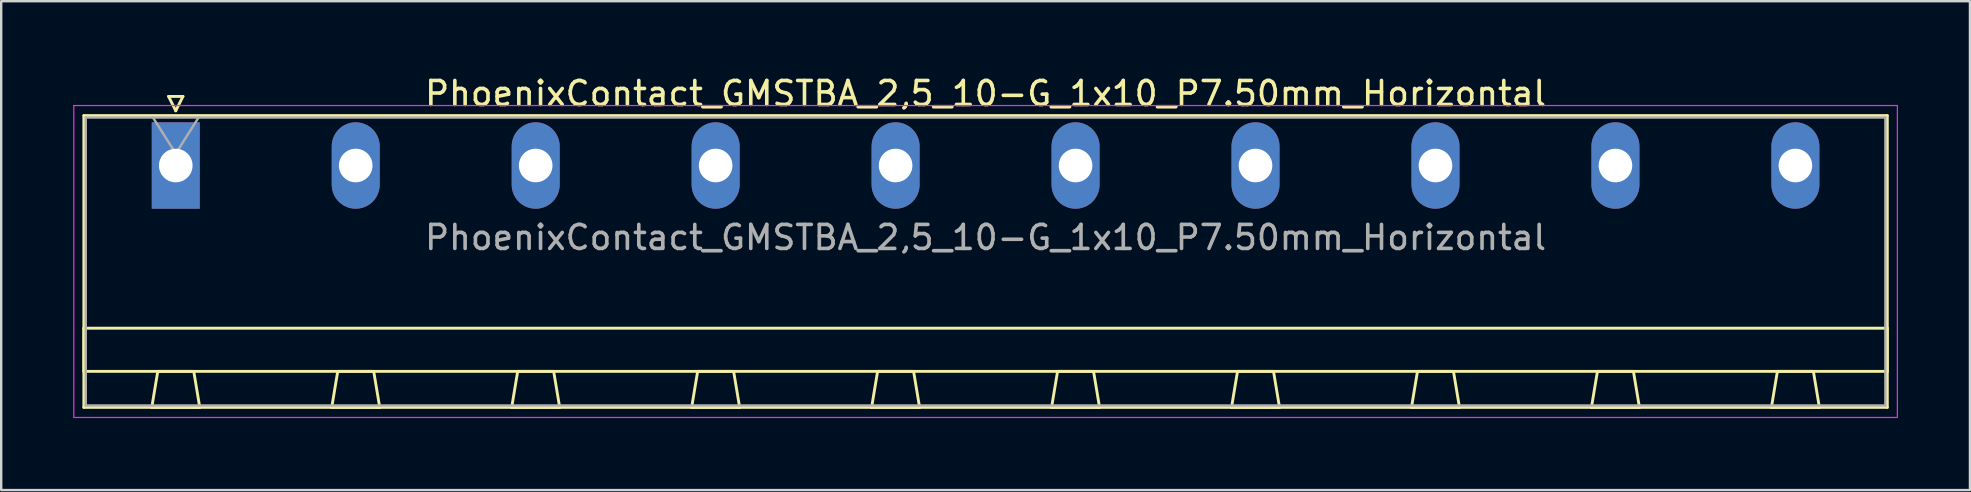
<source format=kicad_pcb>
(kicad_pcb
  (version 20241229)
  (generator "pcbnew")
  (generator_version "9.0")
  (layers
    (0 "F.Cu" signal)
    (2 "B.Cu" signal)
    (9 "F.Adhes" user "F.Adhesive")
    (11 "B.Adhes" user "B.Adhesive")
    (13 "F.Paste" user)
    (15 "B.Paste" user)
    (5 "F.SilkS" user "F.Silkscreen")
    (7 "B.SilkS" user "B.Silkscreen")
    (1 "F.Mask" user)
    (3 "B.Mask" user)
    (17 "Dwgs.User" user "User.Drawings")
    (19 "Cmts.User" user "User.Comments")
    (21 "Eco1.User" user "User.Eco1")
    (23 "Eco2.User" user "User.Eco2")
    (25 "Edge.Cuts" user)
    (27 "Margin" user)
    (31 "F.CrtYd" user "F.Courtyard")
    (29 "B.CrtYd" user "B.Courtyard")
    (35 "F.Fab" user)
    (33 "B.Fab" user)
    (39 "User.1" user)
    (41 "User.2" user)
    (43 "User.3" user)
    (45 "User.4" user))
  (footprint "PhoenixContact_GMSTBA_2,5_10-G_1x10_P7.50mm_Horizontal"
    (layer "F.Cu")
    (at 4.275 3.848)
    (property "Reference" "PhoenixContact_GMSTBA_2,5_10-G_1x10_P7.50mm_Horizontal" (at 33.75 -3 0) (layer "F.SilkS") (effects (font (size 1 1) (thickness 0.15))))
    (attr through_hole)
    (fp_line (start -3.83 -2.08) (end -3.83 10.08) (stroke (width 0.12) (type solid)) (layer "F.SilkS"))
    (fp_line (start -3.83 6.78) (end 71.33 6.78) (stroke (width 0.12) (type solid)) (layer "F.SilkS"))
    (fp_line (start -3.83 8.58) (end -3.83 6.78) (stroke (width 0.12) (type solid)) (layer "F.SilkS"))
    (fp_line (start -3.83 10.08) (end 71.33 10.08) (stroke (width 0.12) (type solid)) (layer "F.SilkS"))
    (fp_line (start -1 10.08) (end 1 10.08) (stroke (width 0.12) (type solid)) (layer "F.SilkS"))
    (fp_line (start -0.75 8.58) (end -1 10.08) (stroke (width 0.12) (type solid)) (layer "F.SilkS"))
    (fp_line (start -0.3 -2.88) (end 0.3 -2.88) (stroke (width 0.12) (type solid)) (layer "F.SilkS"))
    (fp_line (start 0 -2.28) (end -0.3 -2.88) (stroke (width 0.12) (type solid)) (layer "F.SilkS"))
    (fp_line (start 0.3 -2.88) (end 0 -2.28) (stroke (width 0.12) (type solid)) (layer "F.SilkS"))
    (fp_line (start 0.75 8.58) (end -0.75 8.58) (stroke (width 0.12) (type solid)) (layer "F.SilkS"))
    (fp_line (start 1 10.08) (end 0.75 8.58) (stroke (width 0.12) (type solid)) (layer "F.SilkS"))
    (fp_line (start 6.5 10.08) (end 8.5 10.08) (stroke (width 0.12) (type solid)) (layer "F.SilkS"))
    (fp_line (start 6.75 8.58) (end 6.5 10.08) (stroke (width 0.12) (type solid)) (layer "F.SilkS"))
    (fp_line (start 8.25 8.58) (end 6.75 8.58) (stroke (width 0.12) (type solid)) (layer "F.SilkS"))
    (fp_line (start 8.5 10.08) (end 8.25 8.58) (stroke (width 0.12) (type solid)) (layer "F.SilkS"))
    (fp_line (start 14 10.08) (end 16 10.08) (stroke (width 0.12) (type solid)) (layer "F.SilkS"))
    (fp_line (start 14.25 8.58) (end 14 10.08) (stroke (width 0.12) (type solid)) (layer "F.SilkS"))
    (fp_line (start 15.75 8.58) (end 14.25 8.58) (stroke (width 0.12) (type solid)) (layer "F.SilkS"))
    (fp_line (start 16 10.08) (end 15.75 8.58) (stroke (width 0.12) (type solid)) (layer "F.SilkS"))
    (fp_line (start 21.5 10.08) (end 23.5 10.08) (stroke (width 0.12) (type solid)) (layer "F.SilkS"))
    (fp_line (start 21.75 8.58) (end 21.5 10.08) (stroke (width 0.12) (type solid)) (layer "F.SilkS"))
    (fp_line (start 23.25 8.58) (end 21.75 8.58) (stroke (width 0.12) (type solid)) (layer "F.SilkS"))
    (fp_line (start 23.5 10.08) (end 23.25 8.58) (stroke (width 0.12) (type solid)) (layer "F.SilkS"))
    (fp_line (start 29 10.08) (end 31 10.08) (stroke (width 0.12) (type solid)) (layer "F.SilkS"))
    (fp_line (start 29.25 8.58) (end 29 10.08) (stroke (width 0.12) (type solid)) (layer "F.SilkS"))
    (fp_line (start 30.75 8.58) (end 29.25 8.58) (stroke (width 0.12) (type solid)) (layer "F.SilkS"))
    (fp_line (start 31 10.08) (end 30.75 8.58) (stroke (width 0.12) (type solid)) (layer "F.SilkS"))
    (fp_line (start 36.5 10.08) (end 38.5 10.08) (stroke (width 0.12) (type solid)) (layer "F.SilkS"))
    (fp_line (start 36.75 8.58) (end 36.5 10.08) (stroke (width 0.12) (type solid)) (layer "F.SilkS"))
    (fp_line (start 38.25 8.58) (end 36.75 8.58) (stroke (width 0.12) (type solid)) (layer "F.SilkS"))
    (fp_line (start 38.5 10.08) (end 38.25 8.58) (stroke (width 0.12) (type solid)) (layer "F.SilkS"))
    (fp_line (start 44 10.08) (end 46 10.08) (stroke (width 0.12) (type solid)) (layer "F.SilkS"))
    (fp_line (start 44.25 8.58) (end 44 10.08) (stroke (width 0.12) (type solid)) (layer "F.SilkS"))
    (fp_line (start 45.75 8.58) (end 44.25 8.58) (stroke (width 0.12) (type solid)) (layer "F.SilkS"))
    (fp_line (start 46 10.08) (end 45.75 8.58) (stroke (width 0.12) (type solid)) (layer "F.SilkS"))
    (fp_line (start 51.5 10.08) (end 53.5 10.08) (stroke (width 0.12) (type solid)) (layer "F.SilkS"))
    (fp_line (start 51.75 8.58) (end 51.5 10.08) (stroke (width 0.12) (type solid)) (layer "F.SilkS"))
    (fp_line (start 53.25 8.58) (end 51.75 8.58) (stroke (width 0.12) (type solid)) (layer "F.SilkS"))
    (fp_line (start 53.5 10.08) (end 53.25 8.58) (stroke (width 0.12) (type solid)) (layer "F.SilkS"))
    (fp_line (start 59 10.08) (end 61 10.08) (stroke (width 0.12) (type solid)) (layer "F.SilkS"))
    (fp_line (start 59.25 8.58) (end 59 10.08) (stroke (width 0.12) (type solid)) (layer "F.SilkS"))
    (fp_line (start 60.75 8.58) (end 59.25 8.58) (stroke (width 0.12) (type solid)) (layer "F.SilkS"))
    (fp_line (start 61 10.08) (end 60.75 8.58) (stroke (width 0.12) (type solid)) (layer "F.SilkS"))
    (fp_line (start 66.5 10.08) (end 68.5 10.08) (stroke (width 0.12) (type solid)) (layer "F.SilkS"))
    (fp_line (start 66.75 8.58) (end 66.5 10.08) (stroke (width 0.12) (type solid)) (layer "F.SilkS"))
    (fp_line (start 68.25 8.58) (end 66.75 8.58) (stroke (width 0.12) (type solid)) (layer "F.SilkS"))
    (fp_line (start 68.5 10.08) (end 68.25 8.58) (stroke (width 0.12) (type solid)) (layer "F.SilkS"))
    (fp_line (start 71.33 -2.08) (end -3.83 -2.08) (stroke (width 0.12) (type solid)) (layer "F.SilkS"))
    (fp_line (start 71.33 6.78) (end 71.33 8.58) (stroke (width 0.12) (type solid)) (layer "F.SilkS"))
    (fp_line (start 71.33 8.58) (end -3.83 8.58) (stroke (width 0.12) (type solid)) (layer "F.SilkS"))
    (fp_line (start 71.33 10.08) (end 71.33 -2.08) (stroke (width 0.12) (type solid)) (layer "F.SilkS"))
    (fp_line (start -4.25 -2.5) (end -4.25 10.5) (stroke (width 0.05) (type solid)) (layer "F.CrtYd"))
    (fp_line (start -4.25 10.5) (end 71.75 10.5) (stroke (width 0.05) (type solid)) (layer "F.CrtYd"))
    (fp_line (start 71.75 -2.5) (end -4.25 -2.5) (stroke (width 0.05) (type solid)) (layer "F.CrtYd"))
    (fp_line (start 71.75 10.5) (end 71.75 -2.5) (stroke (width 0.05) (type solid)) (layer "F.CrtYd"))
    (fp_line (start -3.75 -2) (end -3.75 10) (stroke (width 0.1) (type solid)) (layer "F.Fab"))
    (fp_line (start -3.75 10) (end 71.25 10) (stroke (width 0.1) (type solid)) (layer "F.Fab"))
    (fp_line (start 0 -0.5) (end -0.95 -2) (stroke (width 0.1) (type solid)) (layer "F.Fab"))
    (fp_line (start 0.95 -2) (end 0 -0.5) (stroke (width 0.1) (type solid)) (layer "F.Fab"))
    (fp_line (start 71.25 -2) (end -3.75 -2) (stroke (width 0.1) (type solid)) (layer "F.Fab"))
    (fp_line (start 71.25 10) (end 71.25 -2) (stroke (width 0.1) (type solid)) (layer "F.Fab"))
    (fp_text user "${REFERENCE}" (at 33.75 3 0) (layer "F.Fab") (effects (font (size 1 1) (thickness 0.15))))
    (pad "1" thru_hole rect (at 0 0) (size 2 3.6) (drill 1.4) (layers "*.Cu" "*.Mask"))
    (pad "2" thru_hole oval (at 7.5 0) (size 2 3.6) (drill 1.4) (layers "*.Cu" "*.Mask"))
    (pad "3" thru_hole oval (at 15 0) (size 2 3.6) (drill 1.4) (layers "*.Cu" "*.Mask"))
    (pad "4" thru_hole oval (at 22.5 0) (size 2 3.6) (drill 1.4) (layers "*.Cu" "*.Mask"))
    (pad "5" thru_hole oval (at 30 0) (size 2 3.6) (drill 1.4) (layers "*.Cu" "*.Mask"))
    (pad "6" thru_hole oval (at 37.5 0) (size 2 3.6) (drill 1.4) (layers "*.Cu" "*.Mask"))
    (pad "7" thru_hole oval (at 45 0) (size 2 3.6) (drill 1.4) (layers "*.Cu" "*.Mask"))
    (pad "8" thru_hole oval (at 52.5 0) (size 2 3.6) (drill 1.4) (layers "*.Cu" "*.Mask"))
    (pad "9" thru_hole oval (at 60 0) (size 2 3.6) (drill 1.4) (layers "*.Cu" "*.Mask"))
    (pad "10" thru_hole oval (at 67.5 0) (size 2 3.6) (drill 1.4) (layers "*.Cu" "*.Mask")))
  (gr_rect
    (start -3 -3)
    (end 79.05 17.373)
    (stroke (width 0.1) (type default))
    (fill no)
    (layer "Edge.Cuts")))
</source>
